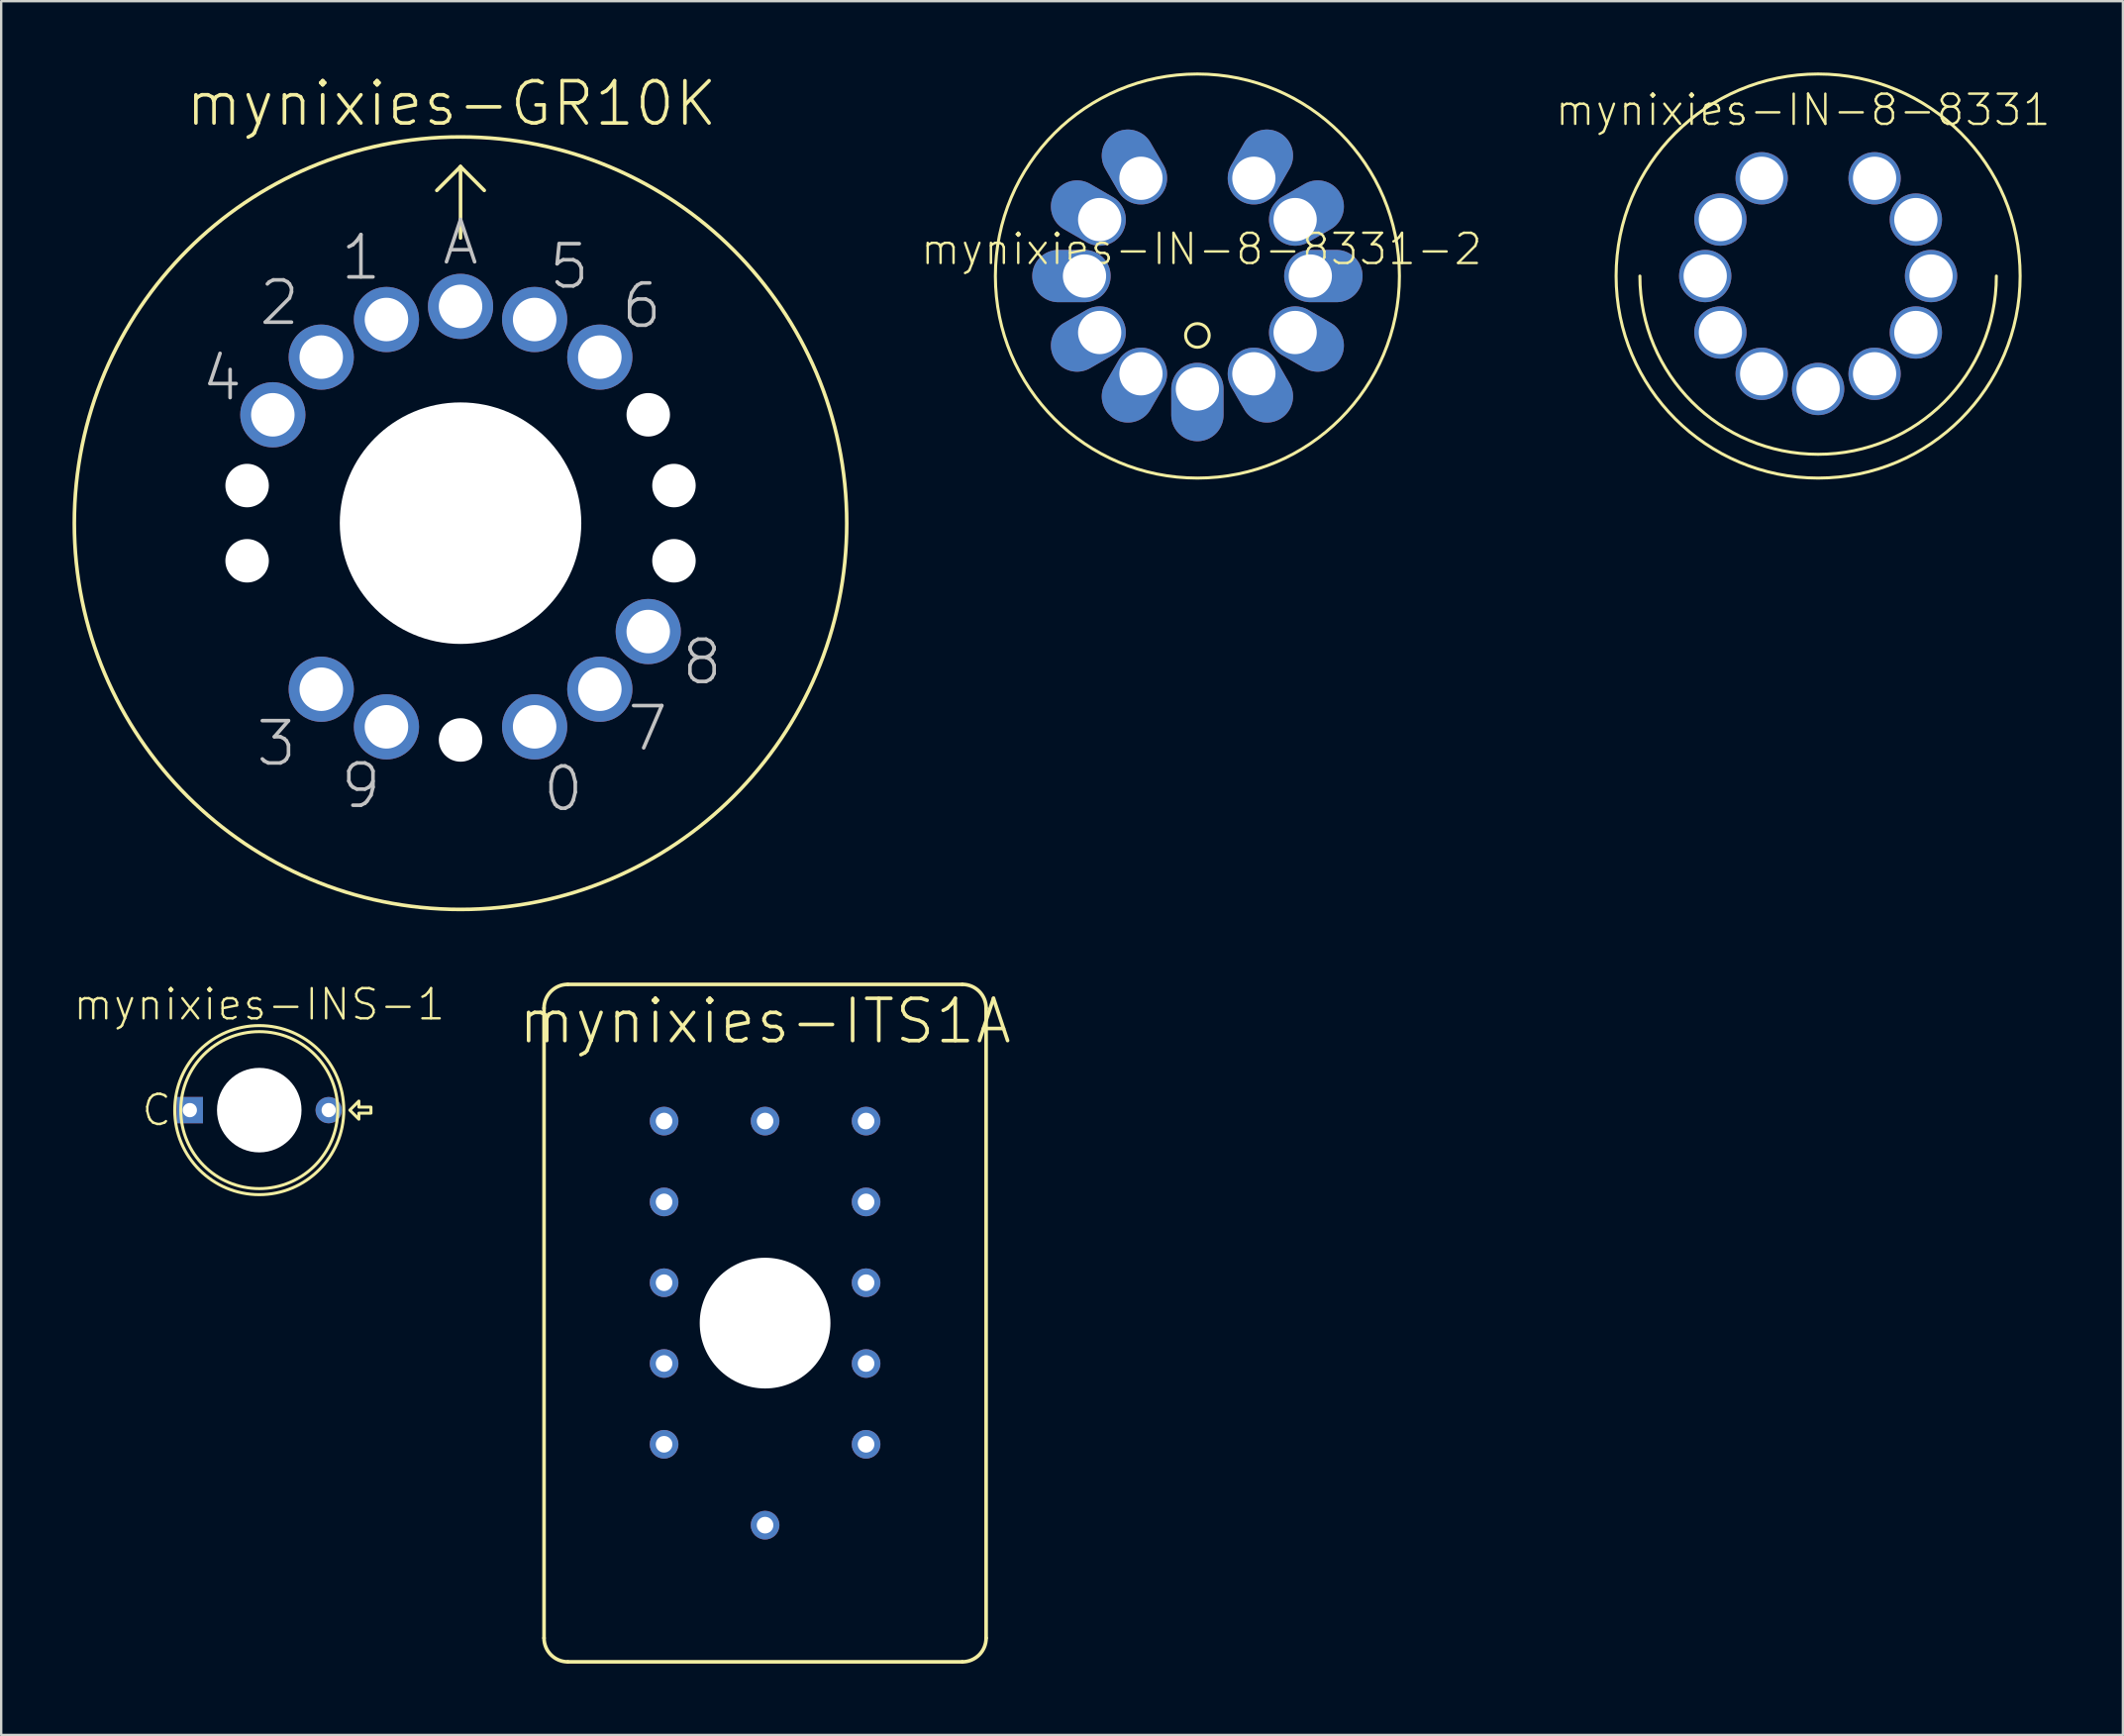
<source format=kicad_pcb>
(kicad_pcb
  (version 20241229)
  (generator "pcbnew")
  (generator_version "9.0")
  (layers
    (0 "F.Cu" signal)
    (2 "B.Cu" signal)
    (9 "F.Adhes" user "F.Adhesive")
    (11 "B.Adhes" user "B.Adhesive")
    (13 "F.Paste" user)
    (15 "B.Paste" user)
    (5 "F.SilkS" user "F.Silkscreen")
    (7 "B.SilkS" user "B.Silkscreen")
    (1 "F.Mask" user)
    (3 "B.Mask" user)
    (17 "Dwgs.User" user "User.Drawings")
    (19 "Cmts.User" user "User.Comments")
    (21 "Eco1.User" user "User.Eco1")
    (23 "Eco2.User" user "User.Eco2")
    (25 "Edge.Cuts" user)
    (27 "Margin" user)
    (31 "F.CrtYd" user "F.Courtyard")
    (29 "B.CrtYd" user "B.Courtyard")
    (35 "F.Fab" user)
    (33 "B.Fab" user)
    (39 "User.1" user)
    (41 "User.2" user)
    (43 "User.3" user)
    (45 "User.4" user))
  (footprint "mynixies-GR10K"
    (layer "F.Cu")
    (at 16.325 18.958)
    (property "Reference" "mynixies-GR10K" (at -0.381 -17.65 0) (layer "F.SilkS") (effects (font (size 1.778 1.778) (thickness 0.152))))
    (attr exclude_from_pos_files exclude_from_bom)
    (fp_line (start -0.998 -13.998) (end 0 -14.999) (stroke (width 0.152) (type solid)) (layer "F.SilkS"))
    (fp_line (start 0 -14.999) (end 0 -11.999) (stroke (width 0.152) (type solid)) (layer "F.SilkS"))
    (fp_line (start 0 -14.999) (end 0.998 -13.998) (stroke (width 0.152) (type solid)) (layer "F.SilkS"))
    (fp_circle (center 0 0) (end 0 -16.248) (stroke (width 0.152) (type solid)) (fill no) (layer "F.SilkS"))
    (fp_text user "6" (at 7.62 -9.144 0) (layer "Dwgs.User") (effects (font (size 1.778 1.778) (thickness 0.152))))
    (fp_text user "0" (at 4.318 11.176 0) (layer "Dwgs.User") (effects (font (size 1.778 1.778) (thickness 0.152))))
    (fp_text user "A" (at 0 -11.811 0) (layer "Dwgs.User") (effects (font (size 1.778 1.778) (thickness 0.152))))
    (fp_text user "4" (at -10.033 -6.096 0) (layer "Dwgs.User") (effects (font (size 1.778 1.778) (thickness 0.152))))
    (fp_text user "2" (at -7.62 -9.271 0) (layer "Dwgs.User") (effects (font (size 1.778 1.778) (thickness 0.152))))
    (fp_text user "7" (at 7.874 8.636 0) (layer "Dwgs.User") (effects (font (size 1.778 1.778) (thickness 0.152))))
    (fp_text user "3" (at -7.747 9.271 0) (layer "Dwgs.User") (effects (font (size 1.778 1.778) (thickness 0.152))))
    (fp_text user "1" (at -4.191 -11.176 0) (layer "Dwgs.User") (effects (font (size 1.778 1.778) (thickness 0.152))))
    (fp_text user "9" (at -4.191 11.049 0) (layer "Dwgs.User") (effects (font (size 1.778 1.778) (thickness 0.152))))
    (fp_text user "8" (at 10.16 5.842 0) (layer "Dwgs.User") (effects (font (size 1.778 1.778) (thickness 0.152))))
    (fp_text user "5" (at 4.572 -10.795 0) (layer "Dwgs.User") (effects (font (size 1.778 1.778) (thickness 0.152))))
    (pad "" np_thru_hole circle (at -8.979 -1.582) (size 1.829 1.829) (drill 1.829) (layers "*.Cu" "*.Mask"))
    (pad "" np_thru_hole circle (at -8.979 1.582) (size 1.829 1.829) (drill 1.829) (layers "*.Cu" "*.Mask"))
    (pad "" np_thru_hole circle (at 0 0) (size 10.16 10.16) (drill 10.16) (layers "*.Cu" "*.Mask"))
    (pad "" np_thru_hole circle (at 0 9.119) (size 1.829 1.829) (drill 1.829) (layers "*.Cu" "*.Mask"))
    (pad "" np_thru_hole circle (at 7.897 -4.559) (size 1.829 1.829) (drill 1.829) (layers "*.Cu" "*.Mask"))
    (pad "" np_thru_hole circle (at 8.979 -1.582) (size 1.829 1.829) (drill 1.829) (layers "*.Cu" "*.Mask"))
    (pad "" np_thru_hole circle (at 8.979 1.582) (size 1.829 1.829) (drill 1.829) (layers "*.Cu" "*.Mask"))
    (pad "1" thru_hole circle (at -5.86 6.985) (size 2.743 2.743) (drill 1.829) (layers "*.Cu" "*.Mask"))
    (pad "2" thru_hole circle (at -3.117 8.567) (size 2.743 2.743) (drill 1.829) (layers "*.Cu" "*.Mask"))
    (pad "4" thru_hole circle (at 3.117 8.567) (size 2.743 2.743) (drill 1.829) (layers "*.Cu" "*.Mask"))
    (pad "5" thru_hole circle (at 5.86 6.985) (size 2.743 2.743) (drill 1.829) (layers "*.Cu" "*.Mask"))
    (pad "6" thru_hole circle (at 7.897 4.559) (size 2.743 2.743) (drill 1.829) (layers "*.Cu" "*.Mask"))
    (pad "10" thru_hole circle (at 5.86 -6.985) (size 2.743 2.743) (drill 1.829) (layers "*.Cu" "*.Mask"))
    (pad "11" thru_hole circle (at 3.117 -8.567) (size 2.743 2.743) (drill 1.829) (layers "*.Cu" "*.Mask"))
    (pad "12" thru_hole circle (at 0 -9.119) (size 2.743 2.743) (drill 1.829) (layers "*.Cu" "*.Mask"))
    (pad "13" thru_hole circle (at -3.117 -8.567) (size 2.743 2.743) (drill 1.829) (layers "*.Cu" "*.Mask"))
    (pad "14" thru_hole circle (at -5.86 -6.985) (size 2.743 2.743) (drill 1.829) (layers "*.Cu" "*.Mask"))
    (pad "15" thru_hole circle (at -7.897 -4.559) (size 2.743 2.743) (drill 1.829) (layers "*.Cu" "*.Mask")))
  (footprint "mynixies-INS-1"
    (layer "F.Cu")
    (at 7.857 43.649)
    (property "Reference" "mynixies-INS-1" (at 0 -4.445 0) (layer "F.SilkS") (effects (font (size 1.27 1.27) (thickness 0.102))))
    (attr exclude_from_pos_files exclude_from_bom)
    (fp_circle (center 0 0) (end 0 -3.556) (stroke (width 0.127) (type solid)) (fill no) (layer "F.SilkS"))
    (fp_circle (center 0 0) (end 0 -3.302) (stroke (width 0.127) (type solid)) (fill no) (layer "F.SilkS"))
    (fp_poly (pts (xy 3.81 0) (xy 4.191 -0.381) (xy 4.191 -0.127) (xy 4.699 -0.127) (xy 4.699 0.127) (xy 4.191 0.127) (xy 4.191 0.381) (xy 3.81 0)) (stroke (width 0.127) (type solid)) (fill no) (layer "F.SilkS"))
    (fp_text user "C" (at -4.318 0 0) (layer "F.SilkS") (effects (font (size 1.27 1.27) (thickness 0.102))))
    (pad "" np_thru_hole circle (at 0 0) (size 3.556 3.556) (drill 3.556) (layers "*.Cu" "*.Mask"))
    (pad "P$1" thru_hole rect (at -2.921 0) (size 1.107 1.107) (drill 0.599) (layers "*.Cu" "*.Mask"))
    (pad "P$2" thru_hole circle (at 2.921 0) (size 1.107 1.107) (drill 0.599) (layers "*.Cu" "*.Mask")))
  (footprint "mynixies-IN-8-8331"
    (layer "F.Cu")
    (at 73.439 8.562)
    (property "Reference" "mynixies-IN-8-8331" (at -0.635 -6.985 0) (layer "F.SilkS") (effects (font (size 1.27 1.27) (thickness 0.102))))
    (attr exclude_from_pos_files exclude_from_bom)
    (fp_arc (start 7.49808 0) (mid 0 7.49808) (end -7.49808 0) (stroke (width 0.127) (type solid)) (layer "F.SilkS"))
    (fp_circle (center 0 0) (end 0 -8.499) (stroke (width 0.127) (type solid)) (fill no) (layer "F.SilkS"))
    (pad "P$1" thru_hole circle (at -2.375 -4.112) (size 2.2 2.2) (drill 1.819) (layers "*.Cu" "*.Mask"))
    (pad "P$2" thru_hole circle (at -4.112 -2.375) (size 2.2 2.2) (drill 1.819) (layers "*.Cu" "*.Mask"))
    (pad "P$3" thru_hole circle (at -4.75 0) (size 2.2 2.2) (drill 1.819) (layers "*.Cu" "*.Mask"))
    (pad "P$4" thru_hole circle (at -4.112 2.375) (size 2.2 2.2) (drill 1.819) (layers "*.Cu" "*.Mask"))
    (pad "P$5" thru_hole circle (at -2.375 4.112) (size 2.2 2.2) (drill 1.819) (layers "*.Cu" "*.Mask"))
    (pad "P$6" thru_hole circle (at 0 4.75) (size 2.2 2.2) (drill 1.819) (layers "*.Cu" "*.Mask"))
    (pad "P$7" thru_hole circle (at 2.375 4.112) (size 2.2 2.2) (drill 1.819) (layers "*.Cu" "*.Mask"))
    (pad "P$8" thru_hole circle (at 4.112 2.375) (size 2.2 2.2) (drill 1.819) (layers "*.Cu" "*.Mask"))
    (pad "P$9" thru_hole circle (at 4.75 0) (size 2.2 2.2) (drill 1.819) (layers "*.Cu" "*.Mask"))
    (pad "P$10" thru_hole circle (at 4.112 -2.375) (size 2.2 2.2) (drill 1.819) (layers "*.Cu" "*.Mask"))
    (pad "P$11" thru_hole circle (at 2.375 -4.112) (size 2.2 2.2) (drill 1.819) (layers "*.Cu" "*.Mask")))
  (footprint "mynixies-IN-8-8331-2"
    (layer "F.Cu")
    (at 47.325 8.562)
    (property "Reference" "mynixies-IN-8-8331-2" (at 0.173 -1.133 0) (layer "F.SilkS") (effects (font (size 1.27 1.27) (thickness 0.102))))
    (attr exclude_from_pos_files exclude_from_bom)
    (fp_circle (center 0 0) (end 0 -8.499) (stroke (width 0.127) (type solid)) (fill no) (layer "F.SilkS"))
    (fp_circle (center 0 2.499) (end 0 2.002) (stroke (width 0.127) (type solid)) (fill no) (layer "F.SilkS"))
    (pad "P$1" thru_hole oval (at -2.375 -4.112 210) (size 2.2 3.299) (drill 1.819 (offset 0 0.549)) (layers "*.Cu" "*.Mask"))
    (pad "P$2" thru_hole oval (at -4.112 -2.375 240) (size 2.2 3.299) (drill 1.819 (offset 0 0.549)) (layers "*.Cu" "*.Mask"))
    (pad "P$3" thru_hole oval (at -4.75 0 270) (size 2.2 3.299) (drill 1.819 (offset 0 0.549)) (layers "*.Cu" "*.Mask"))
    (pad "P$4" thru_hole oval (at -4.112 2.375 300) (size 2.2 3.299) (drill 1.819 (offset 0 0.549)) (layers "*.Cu" "*.Mask"))
    (pad "P$5" thru_hole oval (at -2.375 4.112 330) (size 2.2 3.299) (drill 1.819 (offset 0 0.549)) (layers "*.Cu" "*.Mask"))
    (pad "P$6" thru_hole oval (at 0 4.75) (size 2.2 3.299) (drill 1.819 (offset 0 0.549)) (layers "*.Cu" "*.Mask"))
    (pad "P$7" thru_hole oval (at 2.375 4.112 30) (size 2.2 3.299) (drill 1.819 (offset 0 0.549)) (layers "*.Cu" "*.Mask"))
    (pad "P$8" thru_hole oval (at 4.112 2.375 60) (size 2.2 3.299) (drill 1.819 (offset 0 0.549)) (layers "*.Cu" "*.Mask"))
    (pad "P$9" thru_hole oval (at 4.75 0 90) (size 2.2 3.299) (drill 1.819 (offset 0 0.549)) (layers "*.Cu" "*.Mask"))
    (pad "P$10" thru_hole oval (at 4.112 -2.375 120) (size 2.2 3.299) (drill 1.819 (offset 0 0.549)) (layers "*.Cu" "*.Mask"))
    (pad "P$11" thru_hole oval (at 2.375 -4.112 150) (size 2.2 3.299) (drill 1.819 (offset 0 0.549)) (layers "*.Cu" "*.Mask")))
  (footprint "mynixies-ITS1A"
    (layer "F.Cu")
    (at 29.137 52.608)
    (property "Reference" "mynixies-ITS1A" (at 0 -12.7 0) (layer "F.SilkS") (effects (font (size 1.778 1.778) (thickness 0.152))))
    (attr exclude_from_pos_files exclude_from_bom)
    (fp_line (start -9.299 13.249) (end -9.299 -13.249) (stroke (width 0.152) (type solid)) (layer "F.SilkS"))
    (fp_line (start -8.298 -14.249) (end 8.298 -14.249) (stroke (width 0.152) (type solid)) (layer "F.SilkS"))
    (fp_line (start 8.298 14.249) (end -8.298 14.249) (stroke (width 0.152) (type solid)) (layer "F.SilkS"))
    (fp_line (start 9.299 -13.249) (end 9.299 13.249) (stroke (width 0.152) (type solid)) (layer "F.SilkS"))
    (fp_arc (start -9.29894 -13.24864) (mid -9.005824 -13.956284) (end -8.29818 -14.2494) (stroke (width 0.1524) (type solid)) (layer "F.SilkS"))
    (fp_arc (start -8.29818 14.2494) (mid -9.005824 13.956284) (end -9.29894 13.24864) (stroke (width 0.1524) (type solid)) (layer "F.SilkS"))
    (fp_arc (start 8.29818 -14.2494) (mid 9.005824 -13.956284) (end 9.29894 -13.24864) (stroke (width 0.1524) (type solid)) (layer "F.SilkS"))
    (fp_arc (start 9.29894 13.24864) (mid 9.005824 13.956284) (end 8.29818 14.2494) (stroke (width 0.1524) (type solid)) (layer "F.SilkS"))
    (pad "" np_thru_hole circle (at 0 0) (size 5.499 5.499) (drill 5.499) (layers "*.Cu" "*.Mask"))
    (pad "2" thru_hole circle (at 4.249 5.098) (size 1.206 1.206) (drill 0.699) (layers "*.Cu" "*.Mask"))
    (pad "4" thru_hole circle (at 4.249 -1.699) (size 1.206 1.206) (drill 0.699) (layers "*.Cu" "*.Mask"))
    (pad "6" thru_hole circle (at 4.249 -8.499) (size 1.206 1.206) (drill 0.699) (layers "*.Cu" "*.Mask"))
    (pad "7" thru_hole circle (at 0 -8.499) (size 1.206 1.206) (drill 0.699) (layers "*.Cu" "*.Mask"))
    (pad "14" thru_hole circle (at 0 8.499) (size 1.206 1.206) (drill 0.699) (layers "*.Cu" "*.Mask"))
    (pad "A" thru_hole circle (at -4.249 -8.499) (size 1.206 1.206) (drill 0.699) (layers "*.Cu" "*.Mask"))
    (pad "B" thru_hole circle (at 4.249 -5.098) (size 1.206 1.206) (drill 0.699) (layers "*.Cu" "*.Mask"))
    (pad "C" thru_hole circle (at 4.249 1.699) (size 1.206 1.206) (drill 0.699) (layers "*.Cu" "*.Mask"))
    (pad "D" thru_hole circle (at -4.249 5.098) (size 1.206 1.206) (drill 0.699) (layers "*.Cu" "*.Mask"))
    (pad "E" thru_hole circle (at -4.249 1.699) (size 1.206 1.206) (drill 0.699) (layers "*.Cu" "*.Mask"))
    (pad "F" thru_hole circle (at -4.249 -5.098) (size 1.206 1.206) (drill 0.699) (layers "*.Cu" "*.Mask"))
    (pad "G" thru_hole circle (at -4.249 -1.699) (size 1.206 1.206) (drill 0.699) (layers "*.Cu" "*.Mask")))
  (gr_rect
    (start -3 -3)
    (end 86.261 69.934)
    (stroke (width 0.1) (type default))
    (fill no)
    (layer "Edge.Cuts")))
</source>
